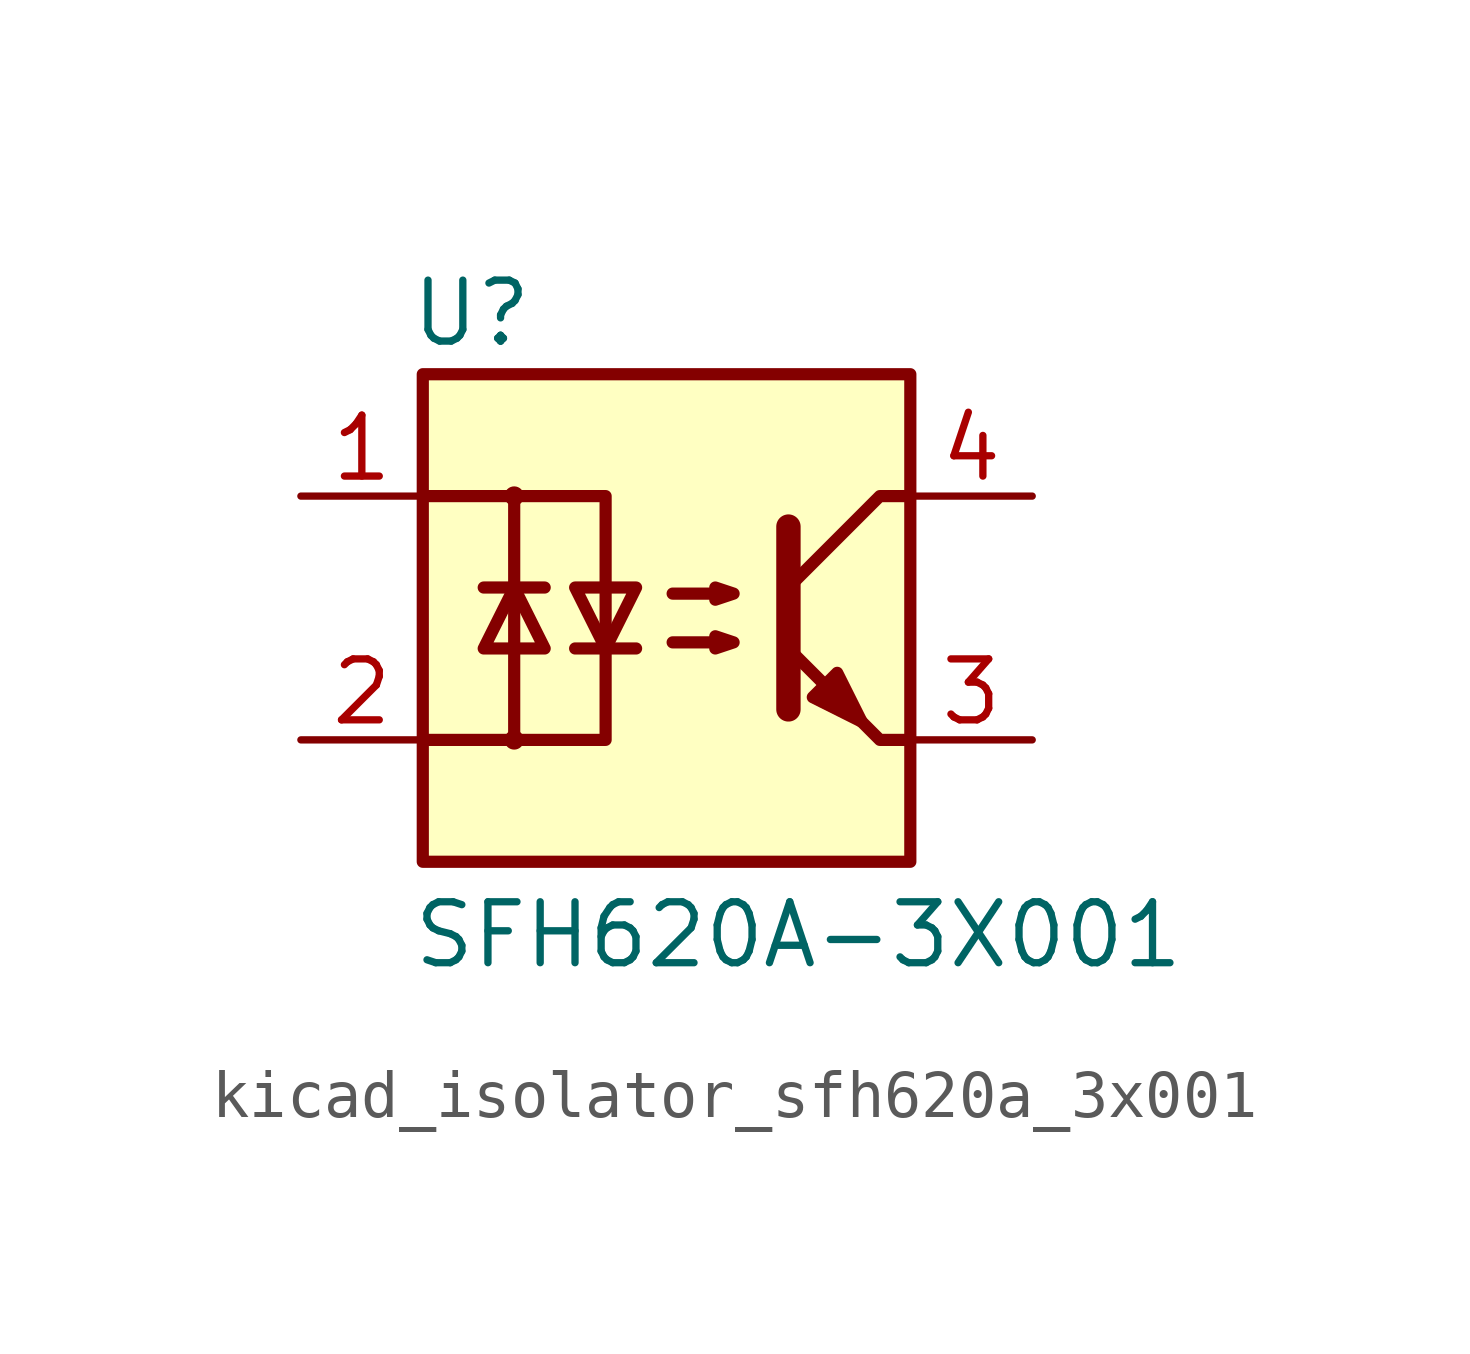
<source format=kicad_sym>
(kicad_symbol_lib
  (version 20220914)
  (generator kicad_symbol_editor)
  (symbol "kicad_isolator_sfh620a_3x001"
    (pin_names
      (offset 1.016))
    (property "Reference" "U"
      (at -4.064 6.35 0)
      (effects (font (size 1.27 1.27))))
    (property "Value" "SFH620A-3X001"
      (at -5.334 -6.604 0)
      (effects (font (size 1.27 1.27)) (justify left)))
    (symbol "kicad_isolator_sfh620a_3x001_0_1"
      (rectangle (start -5.08 5.08) (end 5.08 -5.08) (stroke (width 0.254) (type default)) (fill (type background))))
    (symbol "kicad_isolator_sfh620a_3x001_1_1"
      (circle (center -3.175 -2.54) (radius 0.127) (stroke (width 0) (type default)) (fill (type none)))
      (circle (center -3.175 2.54) (radius 0.127) (stroke (width 0) (type default)) (fill (type none)))
      (polyline (pts (xy -3.81 0.635) (xy -2.54 0.635)) (stroke (width 0.254) (type default)) (fill (type none)))
      (polyline (pts (xy -1.905 -0.635) (xy -0.635 -0.635)) (stroke (width 0.254) (type default)) (fill (type none)))
      (polyline (pts (xy 2.54 1.905) (xy 2.54 -1.905) (xy 2.54 -1.905)) (stroke (width 0.508) (type default)) (fill (type none)))
      (polyline (pts (xy 5.08 -2.54) (xy 4.445 -2.54) (xy 2.54 -0.635)) (stroke (width 0.254) (type default)) (fill (type none)))
      (polyline (pts (xy 5.08 2.54) (xy 4.445 2.54) (xy 2.54 0.635)) (stroke (width 0.254) (type default)) (fill (type none)))
      (polyline (pts (xy -5.08 2.54) (xy -3.175 2.54) (xy -3.175 -2.54) (xy -5.08 -2.54)) (stroke (width 0.254) (type default)) (fill (type none)))
      (polyline (pts (xy -3.175 -2.54) (xy -1.27 -2.54) (xy -1.27 2.54) (xy -3.175 2.54)) (stroke (width 0.254) (type default)) (fill (type none)))
      (polyline (pts (xy -3.175 0.635) (xy -3.81 -0.635) (xy -2.54 -0.635) (xy -3.175 0.635)) (stroke (width 0.254) (type default)) (fill (type none)))
      (polyline (pts (xy -1.27 -0.635) (xy -1.905 0.635) (xy -0.635 0.635) (xy -1.27 -0.635)) (stroke (width 0.254) (type default)) (fill (type none)))
      (polyline (pts (xy 0.127 -0.508) (xy 1.397 -0.508) (xy 1.016 -0.635) (xy 1.016 -0.381) (xy 1.397 -0.508)) (stroke (width 0.254) (type default)) (fill (type none)))
      (polyline (pts (xy 0.127 0.508) (xy 1.397 0.508) (xy 1.016 0.381) (xy 1.016 0.635) (xy 1.397 0.508)) (stroke (width 0.254) (type default)) (fill (type none)))
      (polyline (pts (xy 3.048 -1.651) (xy 3.556 -1.143) (xy 4.064 -2.159) (xy 3.048 -1.651) (xy 3.048 -1.651)) (stroke (width 0.254) (type default)) (fill (type outline)))
      (pin passive line (at -7.62 2.54 0) (length 2.54) (name "~" (effects (font (size 1.27 1.27)))) (number "1" (effects (font (size 1.27 1.27)))))
      (pin passive line (at -7.62 -2.54 0) (length 2.54) (name "~" (effects (font (size 1.27 1.27)))) (number "2" (effects (font (size 1.27 1.27)))))
      (pin passive line (at 7.62 -2.54 180) (length 2.54) (name "~" (effects (font (size 1.27 1.27)))) (number "3" (effects (font (size 1.27 1.27)))))
      (pin passive line (at 7.62 2.54 180) (length 2.54) (name "~" (effects (font (size 1.27 1.27)))) (number "4" (effects (font (size 1.27 1.27))))))))
</source>
